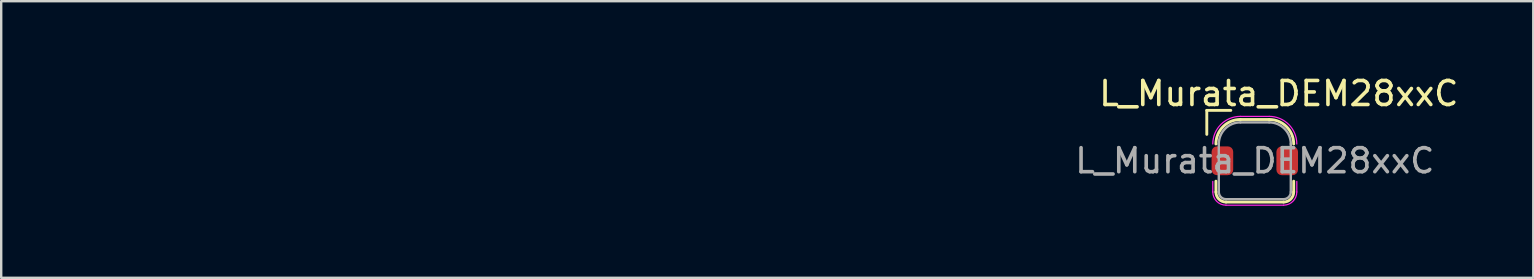
<source format=kicad_pcb>
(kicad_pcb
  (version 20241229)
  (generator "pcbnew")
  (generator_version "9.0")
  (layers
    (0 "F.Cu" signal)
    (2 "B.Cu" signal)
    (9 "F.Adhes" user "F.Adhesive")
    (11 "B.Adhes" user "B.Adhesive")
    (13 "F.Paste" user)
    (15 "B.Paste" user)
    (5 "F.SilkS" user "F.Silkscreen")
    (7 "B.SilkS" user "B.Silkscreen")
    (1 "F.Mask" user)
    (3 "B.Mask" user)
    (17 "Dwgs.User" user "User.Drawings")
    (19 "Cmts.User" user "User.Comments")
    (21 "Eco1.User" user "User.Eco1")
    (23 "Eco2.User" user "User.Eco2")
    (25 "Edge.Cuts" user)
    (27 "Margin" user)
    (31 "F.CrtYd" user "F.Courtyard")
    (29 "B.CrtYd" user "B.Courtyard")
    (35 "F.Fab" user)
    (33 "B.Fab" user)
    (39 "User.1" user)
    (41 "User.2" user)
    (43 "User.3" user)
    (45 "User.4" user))
  (footprint "L_Murata_DEM28xxC"
    (layer "F.Cu")
    (at 49.225 3.648)
    (property "Reference" "L_Murata_DEM28xxC" (at 1 -2.8 0) (layer "F.SilkS") (effects (font (size 1 1) (thickness 0.15))))
    (attr smd)
    (fp_line (start -2 -2.1) (end -1 -2.1) (stroke (width 0.12) (type solid)) (layer "F.SilkS"))
    (fp_line (start -2 -1.1) (end -2 -2.1) (stroke (width 0.12) (type solid)) (layer "F.SilkS"))
    (fp_line (start -1.62 0.85) (end -1.62 1.3) (stroke (width 0.12) (type solid)) (layer "F.SilkS"))
    (fp_line (start -1.2 1.72) (end 1.2 1.72) (stroke (width 0.12) (type solid)) (layer "F.SilkS"))
    (fp_line (start -0.6 -1.72) (end 0.6 -1.72) (stroke (width 0.12) (type solid)) (layer "F.SilkS"))
    (fp_line (start 1.62 0.85) (end 1.62 1.3) (stroke (width 0.12) (type solid)) (layer "F.SilkS"))
    (fp_arc (start -1.62 -0.7) (mid -1.321249 -1.421249) (end -0.6 -1.72) (stroke (width 0.12) (type solid)) (layer "F.SilkS"))
    (fp_arc (start -1.2 1.72) (mid -1.496985 1.596985) (end -1.62 1.3) (stroke (width 0.12) (type solid)) (layer "F.SilkS"))
    (fp_arc (start 0.6 -1.72) (mid 1.321249 -1.421249) (end 1.62 -0.7) (stroke (width 0.12) (type solid)) (layer "F.SilkS"))
    (fp_arc (start 1.62 1.3) (mid 1.496985 1.596985) (end 1.2 1.72) (stroke (width 0.12) (type solid)) (layer "F.SilkS"))
    (fp_line (start -1.75 0.86) (end -1.75 1.3) (stroke (width 0.05) (type solid)) (layer "F.CrtYd"))
    (fp_line (start -1.2 1.85) (end 1.2 1.85) (stroke (width 0.05) (type solid)) (layer "F.CrtYd"))
    (fp_line (start -0.6 -1.85) (end 0.6 -1.85) (stroke (width 0.05) (type solid)) (layer "F.CrtYd"))
    (fp_line (start 1.75 0.86) (end 1.75 1.3) (stroke (width 0.05) (type solid)) (layer "F.CrtYd"))
    (fp_arc (start -1.75 -0.7) (mid -1.413173 -1.513173) (end -0.6 -1.85) (stroke (width 0.05) (type solid)) (layer "F.CrtYd"))
    (fp_arc (start -1.2 1.85) (mid -1.588909 1.688909) (end -1.75 1.3) (stroke (width 0.05) (type solid)) (layer "F.CrtYd"))
    (fp_arc (start 0.6 -1.85) (mid 1.413173 -1.513173) (end 1.75 -0.7) (stroke (width 0.05) (type solid)) (layer "F.CrtYd"))
    (fp_arc (start 1.75 1.3) (mid 1.588909 1.688909) (end 1.2 1.85) (stroke (width 0.05) (type solid)) (layer "F.CrtYd"))
    (fp_line (start -1.5 -0.7) (end -1.5 -0.7) (stroke (width 0.1) (type solid)) (layer "F.Fab"))
    (fp_line (start -1.5 1.3) (end -1.5 -0.7) (stroke (width 0.1) (type solid)) (layer "F.Fab"))
    (fp_line (start -0.6 -1.6) (end 0.6 -1.6) (stroke (width 0.1) (type solid)) (layer "F.Fab"))
    (fp_line (start 1.2 1.6) (end -1.2 1.6) (stroke (width 0.1) (type solid)) (layer "F.Fab"))
    (fp_line (start 1.5 -0.7) (end 1.5 1.3) (stroke (width 0.1) (type solid)) (layer "F.Fab"))
    (fp_arc (start -1.5 -0.7) (mid -1.236396 -1.336396) (end -0.6 -1.6) (stroke (width 0.1) (type solid)) (layer "F.Fab"))
    (fp_arc (start -1.2 1.6) (mid -1.412132 1.512132) (end -1.5 1.3) (stroke (width 0.1) (type solid)) (layer "F.Fab"))
    (fp_arc (start 0.6 -1.6) (mid 1.236396 -1.336396) (end 1.5 -0.7) (stroke (width 0.1) (type solid)) (layer "F.Fab"))
    (fp_arc (start 1.5 1.3) (mid 1.412132 1.512132) (end 1.2 1.6) (stroke (width 0.1) (type solid)) (layer "F.Fab"))
    (fp_text user "" (at -49 0.05 0) (layer "F.SilkS") (effects (font (size 3 3) (thickness 0.15))))
    (fp_text user "${REFERENCE}" (at 0 0 0) (layer "F.Fab") (effects (font (size 1 1) (thickness 0.15))))
    (pad "1" smd roundrect (at -1.35 0) (size 0.9 1.2) (layers "F.Cu" "F.Mask" "F.Paste") (roundrect_rratio 0.25))
    (pad "2" smd roundrect (at 1.35 0) (size 0.9 1.2) (layers "F.Cu" "F.Mask" "F.Paste") (roundrect_rratio 0.25)))
  (gr_rect
    (start -3 -3)
    (end 60.826 8.523)
    (stroke (width 0.1) (type default))
    (fill no)
    (layer "Edge.Cuts")))
</source>
